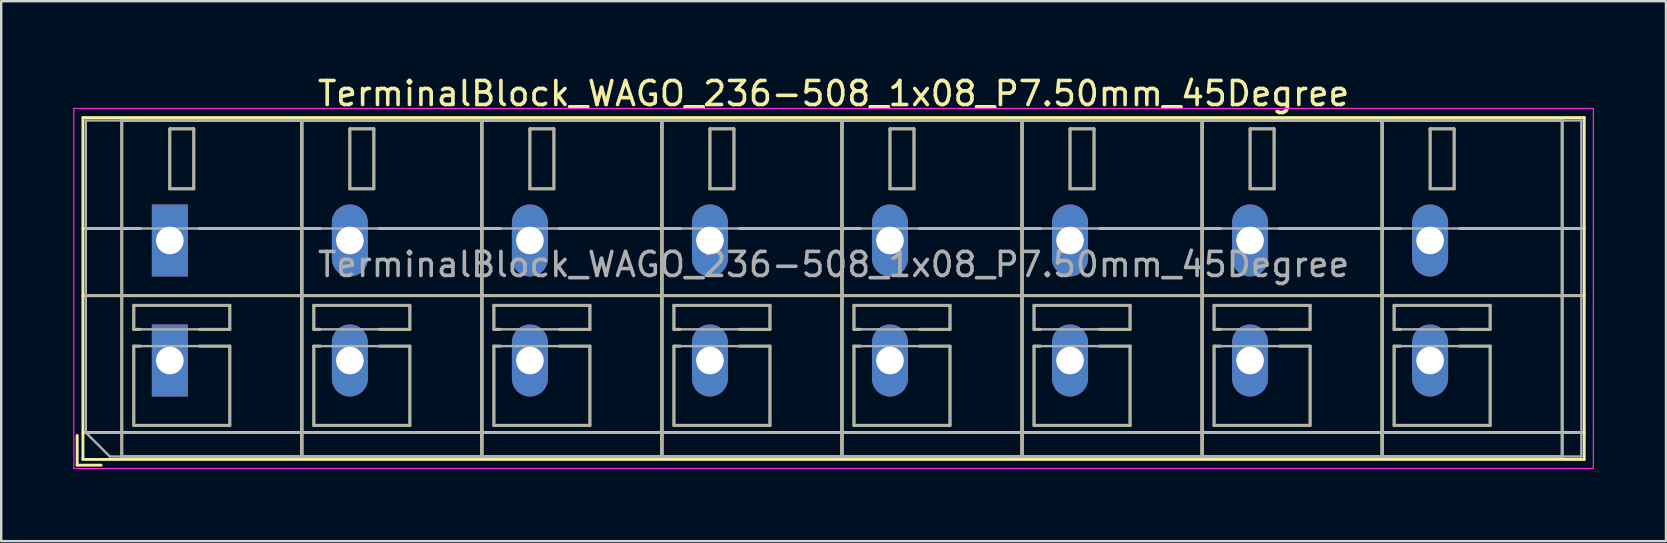
<source format=kicad_pcb>
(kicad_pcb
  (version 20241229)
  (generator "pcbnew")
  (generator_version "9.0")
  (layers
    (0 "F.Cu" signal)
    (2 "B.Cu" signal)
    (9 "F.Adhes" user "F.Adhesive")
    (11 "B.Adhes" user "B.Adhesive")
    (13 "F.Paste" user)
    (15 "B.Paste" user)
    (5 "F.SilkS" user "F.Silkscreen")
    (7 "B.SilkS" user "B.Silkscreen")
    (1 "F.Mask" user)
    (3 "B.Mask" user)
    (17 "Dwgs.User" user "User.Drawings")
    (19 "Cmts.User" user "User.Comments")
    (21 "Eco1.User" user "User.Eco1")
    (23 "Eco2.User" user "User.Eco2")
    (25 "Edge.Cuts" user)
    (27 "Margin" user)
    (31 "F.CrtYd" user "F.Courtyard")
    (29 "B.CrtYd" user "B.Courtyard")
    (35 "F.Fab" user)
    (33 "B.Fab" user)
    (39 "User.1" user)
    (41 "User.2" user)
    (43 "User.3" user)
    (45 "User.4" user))
  (footprint "TerminalBlock_WAGO_236-508_1x08_P7.50mm_45Degree"
    (layer "F.Cu")
    (at 4.025 6.968)
    (property "Reference" "TerminalBlock_WAGO_236-508_1x08_P7.50mm_45Degree" (at 27.65 -6.12 0) (layer "F.SilkS") (effects (font (size 1 1) (thickness 0.15))))
    (attr through_hole)
    (fp_line (start -3.86 8.12) (end -3.86 9.36) (stroke (width 0.12) (type solid)) (layer "F.SilkS"))
    (fp_line (start -3.86 9.36) (end -2.86 9.36) (stroke (width 0.12) (type solid)) (layer "F.SilkS"))
    (fp_line (start -3.62 -5.12) (end -3.62 9.12) (stroke (width 0.12) (type solid)) (layer "F.SilkS"))
    (fp_line (start -3.62 -5.12) (end 58.92 -5.12) (stroke (width 0.12) (type solid)) (layer "F.SilkS"))
    (fp_line (start -3.62 -0.5) (end -1.23 -0.5) (stroke (width 0.12) (type solid)) (layer "F.SilkS"))
    (fp_line (start -3.62 2.3) (end 58.92 2.3) (stroke (width 0.12) (type solid)) (layer "F.SilkS"))
    (fp_line (start -3.62 8) (end 58.92 8) (stroke (width 0.12) (type solid)) (layer "F.SilkS"))
    (fp_line (start -3.62 9.12) (end 58.92 9.12) (stroke (width 0.12) (type solid)) (layer "F.SilkS"))
    (fp_line (start -2 -5) (end -2 9) (stroke (width 0.12) (type solid)) (layer "F.SilkS"))
    (fp_line (start -2 -5) (end 5.5 -5) (stroke (width 0.12) (type solid)) (layer "F.SilkS"))
    (fp_line (start -2 9) (end 5.5 9) (stroke (width 0.12) (type solid)) (layer "F.SilkS"))
    (fp_line (start -1.5 2.7) (end -1.5 3.7) (stroke (width 0.12) (type solid)) (layer "F.SilkS"))
    (fp_line (start -1.5 2.7) (end 2.5 2.7) (stroke (width 0.12) (type solid)) (layer "F.SilkS"))
    (fp_line (start -1.5 3.7) (end -1.23 3.7) (stroke (width 0.12) (type solid)) (layer "F.SilkS"))
    (fp_line (start -1.5 4.4) (end -1.5 7.7) (stroke (width 0.12) (type solid)) (layer "F.SilkS"))
    (fp_line (start -1.5 4.4) (end -1.23 4.4) (stroke (width 0.12) (type solid)) (layer "F.SilkS"))
    (fp_line (start -1.5 7.7) (end 2.5 7.7) (stroke (width 0.12) (type solid)) (layer "F.SilkS"))
    (fp_line (start 0 -4.65) (end 0 -2.151) (stroke (width 0.12) (type solid)) (layer "F.SilkS"))
    (fp_line (start 0 -4.65) (end 1 -4.65) (stroke (width 0.12) (type solid)) (layer "F.SilkS"))
    (fp_line (start 0 -2.151) (end 1 -2.151) (stroke (width 0.12) (type solid)) (layer "F.SilkS"))
    (fp_line (start 1 -4.65) (end 1 -2.151) (stroke (width 0.12) (type solid)) (layer "F.SilkS"))
    (fp_line (start 1.23 -0.5) (end 6.27 -0.5) (stroke (width 0.12) (type solid)) (layer "F.SilkS"))
    (fp_line (start 1.23 3.7) (end 2.5 3.7) (stroke (width 0.12) (type solid)) (layer "F.SilkS"))
    (fp_line (start 1.23 4.4) (end 2.5 4.4) (stroke (width 0.12) (type solid)) (layer "F.SilkS"))
    (fp_line (start 2.5 2.7) (end 2.5 3.7) (stroke (width 0.12) (type solid)) (layer "F.SilkS"))
    (fp_line (start 2.5 4.4) (end 2.5 7.7) (stroke (width 0.12) (type solid)) (layer "F.SilkS"))
    (fp_line (start 5.5 -5) (end 5.5 9) (stroke (width 0.12) (type solid)) (layer "F.SilkS"))
    (fp_line (start 5.5 -5) (end 5.5 9) (stroke (width 0.12) (type solid)) (layer "F.SilkS"))
    (fp_line (start 5.5 -5) (end 13 -5) (stroke (width 0.12) (type solid)) (layer "F.SilkS"))
    (fp_line (start 5.5 9) (end 13 9) (stroke (width 0.12) (type solid)) (layer "F.SilkS"))
    (fp_line (start 6 2.7) (end 6 3.7) (stroke (width 0.12) (type solid)) (layer "F.SilkS"))
    (fp_line (start 6 2.7) (end 10 2.7) (stroke (width 0.12) (type solid)) (layer "F.SilkS"))
    (fp_line (start 6 3.7) (end 6.27 3.7) (stroke (width 0.12) (type solid)) (layer "F.SilkS"))
    (fp_line (start 6 4.4) (end 6 7.7) (stroke (width 0.12) (type solid)) (layer "F.SilkS"))
    (fp_line (start 6 4.4) (end 6.27 4.4) (stroke (width 0.12) (type solid)) (layer "F.SilkS"))
    (fp_line (start 6 7.7) (end 10 7.7) (stroke (width 0.12) (type solid)) (layer "F.SilkS"))
    (fp_line (start 7.5 -4.65) (end 7.5 -2.151) (stroke (width 0.12) (type solid)) (layer "F.SilkS"))
    (fp_line (start 7.5 -4.65) (end 8.5 -4.65) (stroke (width 0.12) (type solid)) (layer "F.SilkS"))
    (fp_line (start 7.5 -2.151) (end 8.5 -2.151) (stroke (width 0.12) (type solid)) (layer "F.SilkS"))
    (fp_line (start 8.5 -4.65) (end 8.5 -2.151) (stroke (width 0.12) (type solid)) (layer "F.SilkS"))
    (fp_line (start 8.73 -0.5) (end 13.77 -0.5) (stroke (width 0.12) (type solid)) (layer "F.SilkS"))
    (fp_line (start 8.73 3.7) (end 10 3.7) (stroke (width 0.12) (type solid)) (layer "F.SilkS"))
    (fp_line (start 8.73 4.4) (end 10 4.4) (stroke (width 0.12) (type solid)) (layer "F.SilkS"))
    (fp_line (start 10 2.7) (end 10 3.7) (stroke (width 0.12) (type solid)) (layer "F.SilkS"))
    (fp_line (start 10 4.4) (end 10 7.7) (stroke (width 0.12) (type solid)) (layer "F.SilkS"))
    (fp_line (start 13 -5) (end 13 9) (stroke (width 0.12) (type solid)) (layer "F.SilkS"))
    (fp_line (start 13 -5) (end 13 9) (stroke (width 0.12) (type solid)) (layer "F.SilkS"))
    (fp_line (start 13 -5) (end 20.5 -5) (stroke (width 0.12) (type solid)) (layer "F.SilkS"))
    (fp_line (start 13 9) (end 20.5 9) (stroke (width 0.12) (type solid)) (layer "F.SilkS"))
    (fp_line (start 13.5 2.7) (end 13.5 3.7) (stroke (width 0.12) (type solid)) (layer "F.SilkS"))
    (fp_line (start 13.5 2.7) (end 17.5 2.7) (stroke (width 0.12) (type solid)) (layer "F.SilkS"))
    (fp_line (start 13.5 3.7) (end 13.77 3.7) (stroke (width 0.12) (type solid)) (layer "F.SilkS"))
    (fp_line (start 13.5 4.4) (end 13.5 7.7) (stroke (width 0.12) (type solid)) (layer "F.SilkS"))
    (fp_line (start 13.5 4.4) (end 13.77 4.4) (stroke (width 0.12) (type solid)) (layer "F.SilkS"))
    (fp_line (start 13.5 7.7) (end 17.5 7.7) (stroke (width 0.12) (type solid)) (layer "F.SilkS"))
    (fp_line (start 15 -4.65) (end 15 -2.151) (stroke (width 0.12) (type solid)) (layer "F.SilkS"))
    (fp_line (start 15 -4.65) (end 16 -4.65) (stroke (width 0.12) (type solid)) (layer "F.SilkS"))
    (fp_line (start 15 -2.151) (end 16 -2.151) (stroke (width 0.12) (type solid)) (layer "F.SilkS"))
    (fp_line (start 16 -4.65) (end 16 -2.151) (stroke (width 0.12) (type solid)) (layer "F.SilkS"))
    (fp_line (start 16.23 -0.5) (end 21.27 -0.5) (stroke (width 0.12) (type solid)) (layer "F.SilkS"))
    (fp_line (start 16.23 3.7) (end 17.5 3.7) (stroke (width 0.12) (type solid)) (layer "F.SilkS"))
    (fp_line (start 16.23 4.4) (end 17.5 4.4) (stroke (width 0.12) (type solid)) (layer "F.SilkS"))
    (fp_line (start 17.5 2.7) (end 17.5 3.7) (stroke (width 0.12) (type solid)) (layer "F.SilkS"))
    (fp_line (start 17.5 4.4) (end 17.5 7.7) (stroke (width 0.12) (type solid)) (layer "F.SilkS"))
    (fp_line (start 20.5 -5) (end 20.5 9) (stroke (width 0.12) (type solid)) (layer "F.SilkS"))
    (fp_line (start 20.5 -5) (end 20.5 9) (stroke (width 0.12) (type solid)) (layer "F.SilkS"))
    (fp_line (start 20.5 -5) (end 28 -5) (stroke (width 0.12) (type solid)) (layer "F.SilkS"))
    (fp_line (start 20.5 9) (end 28 9) (stroke (width 0.12) (type solid)) (layer "F.SilkS"))
    (fp_line (start 21 2.7) (end 21 3.7) (stroke (width 0.12) (type solid)) (layer "F.SilkS"))
    (fp_line (start 21 2.7) (end 25 2.7) (stroke (width 0.12) (type solid)) (layer "F.SilkS"))
    (fp_line (start 21 3.7) (end 21.27 3.7) (stroke (width 0.12) (type solid)) (layer "F.SilkS"))
    (fp_line (start 21 4.4) (end 21 7.7) (stroke (width 0.12) (type solid)) (layer "F.SilkS"))
    (fp_line (start 21 4.4) (end 21.27 4.4) (stroke (width 0.12) (type solid)) (layer "F.SilkS"))
    (fp_line (start 21 7.7) (end 25 7.7) (stroke (width 0.12) (type solid)) (layer "F.SilkS"))
    (fp_line (start 22.5 -4.65) (end 22.5 -2.151) (stroke (width 0.12) (type solid)) (layer "F.SilkS"))
    (fp_line (start 22.5 -4.65) (end 23.5 -4.65) (stroke (width 0.12) (type solid)) (layer "F.SilkS"))
    (fp_line (start 22.5 -2.151) (end 23.5 -2.151) (stroke (width 0.12) (type solid)) (layer "F.SilkS"))
    (fp_line (start 23.5 -4.65) (end 23.5 -2.151) (stroke (width 0.12) (type solid)) (layer "F.SilkS"))
    (fp_line (start 23.73 -0.5) (end 28.77 -0.5) (stroke (width 0.12) (type solid)) (layer "F.SilkS"))
    (fp_line (start 23.73 3.7) (end 25 3.7) (stroke (width 0.12) (type solid)) (layer "F.SilkS"))
    (fp_line (start 23.73 4.4) (end 25 4.4) (stroke (width 0.12) (type solid)) (layer "F.SilkS"))
    (fp_line (start 25 2.7) (end 25 3.7) (stroke (width 0.12) (type solid)) (layer "F.SilkS"))
    (fp_line (start 25 4.4) (end 25 7.7) (stroke (width 0.12) (type solid)) (layer "F.SilkS"))
    (fp_line (start 28 -5) (end 28 9) (stroke (width 0.12) (type solid)) (layer "F.SilkS"))
    (fp_line (start 28 -5) (end 28 9) (stroke (width 0.12) (type solid)) (layer "F.SilkS"))
    (fp_line (start 28 -5) (end 35.5 -5) (stroke (width 0.12) (type solid)) (layer "F.SilkS"))
    (fp_line (start 28 9) (end 35.5 9) (stroke (width 0.12) (type solid)) (layer "F.SilkS"))
    (fp_line (start 28.5 2.7) (end 28.5 3.7) (stroke (width 0.12) (type solid)) (layer "F.SilkS"))
    (fp_line (start 28.5 2.7) (end 32.5 2.7) (stroke (width 0.12) (type solid)) (layer "F.SilkS"))
    (fp_line (start 28.5 3.7) (end 28.77 3.7) (stroke (width 0.12) (type solid)) (layer "F.SilkS"))
    (fp_line (start 28.5 4.4) (end 28.5 7.7) (stroke (width 0.12) (type solid)) (layer "F.SilkS"))
    (fp_line (start 28.5 4.4) (end 28.77 4.4) (stroke (width 0.12) (type solid)) (layer "F.SilkS"))
    (fp_line (start 28.5 7.7) (end 32.5 7.7) (stroke (width 0.12) (type solid)) (layer "F.SilkS"))
    (fp_line (start 30 -4.65) (end 30 -2.151) (stroke (width 0.12) (type solid)) (layer "F.SilkS"))
    (fp_line (start 30 -4.65) (end 31 -4.65) (stroke (width 0.12) (type solid)) (layer "F.SilkS"))
    (fp_line (start 30 -2.151) (end 31 -2.151) (stroke (width 0.12) (type solid)) (layer "F.SilkS"))
    (fp_line (start 31 -4.65) (end 31 -2.151) (stroke (width 0.12) (type solid)) (layer "F.SilkS"))
    (fp_line (start 31.23 -0.5) (end 36.27 -0.5) (stroke (width 0.12) (type solid)) (layer "F.SilkS"))
    (fp_line (start 31.23 3.7) (end 32.5 3.7) (stroke (width 0.12) (type solid)) (layer "F.SilkS"))
    (fp_line (start 31.23 4.4) (end 32.5 4.4) (stroke (width 0.12) (type solid)) (layer "F.SilkS"))
    (fp_line (start 32.5 2.7) (end 32.5 3.7) (stroke (width 0.12) (type solid)) (layer "F.SilkS"))
    (fp_line (start 32.5 4.4) (end 32.5 7.7) (stroke (width 0.12) (type solid)) (layer "F.SilkS"))
    (fp_line (start 35.5 -5) (end 35.5 9) (stroke (width 0.12) (type solid)) (layer "F.SilkS"))
    (fp_line (start 35.5 -5) (end 35.5 9) (stroke (width 0.12) (type solid)) (layer "F.SilkS"))
    (fp_line (start 35.5 -5) (end 43 -5) (stroke (width 0.12) (type solid)) (layer "F.SilkS"))
    (fp_line (start 35.5 9) (end 43 9) (stroke (width 0.12) (type solid)) (layer "F.SilkS"))
    (fp_line (start 36 2.7) (end 36 3.7) (stroke (width 0.12) (type solid)) (layer "F.SilkS"))
    (fp_line (start 36 2.7) (end 40 2.7) (stroke (width 0.12) (type solid)) (layer "F.SilkS"))
    (fp_line (start 36 3.7) (end 36.27 3.7) (stroke (width 0.12) (type solid)) (layer "F.SilkS"))
    (fp_line (start 36 4.4) (end 36 7.7) (stroke (width 0.12) (type solid)) (layer "F.SilkS"))
    (fp_line (start 36 4.4) (end 36.27 4.4) (stroke (width 0.12) (type solid)) (layer "F.SilkS"))
    (fp_line (start 36 7.7) (end 40 7.7) (stroke (width 0.12) (type solid)) (layer "F.SilkS"))
    (fp_line (start 37.5 -4.65) (end 37.5 -2.151) (stroke (width 0.12) (type solid)) (layer "F.SilkS"))
    (fp_line (start 37.5 -4.65) (end 38.5 -4.65) (stroke (width 0.12) (type solid)) (layer "F.SilkS"))
    (fp_line (start 37.5 -2.151) (end 38.5 -2.151) (stroke (width 0.12) (type solid)) (layer "F.SilkS"))
    (fp_line (start 38.5 -4.65) (end 38.5 -2.151) (stroke (width 0.12) (type solid)) (layer "F.SilkS"))
    (fp_line (start 38.73 -0.5) (end 43.77 -0.5) (stroke (width 0.12) (type solid)) (layer "F.SilkS"))
    (fp_line (start 38.73 3.7) (end 40 3.7) (stroke (width 0.12) (type solid)) (layer "F.SilkS"))
    (fp_line (start 38.73 4.4) (end 40 4.4) (stroke (width 0.12) (type solid)) (layer "F.SilkS"))
    (fp_line (start 40 2.7) (end 40 3.7) (stroke (width 0.12) (type solid)) (layer "F.SilkS"))
    (fp_line (start 40 4.4) (end 40 7.7) (stroke (width 0.12) (type solid)) (layer "F.SilkS"))
    (fp_line (start 43 -5) (end 43 9) (stroke (width 0.12) (type solid)) (layer "F.SilkS"))
    (fp_line (start 43 -5) (end 43 9) (stroke (width 0.12) (type solid)) (layer "F.SilkS"))
    (fp_line (start 43 -5) (end 50.5 -5) (stroke (width 0.12) (type solid)) (layer "F.SilkS"))
    (fp_line (start 43 9) (end 50.5 9) (stroke (width 0.12) (type solid)) (layer "F.SilkS"))
    (fp_line (start 43.5 2.7) (end 43.5 3.7) (stroke (width 0.12) (type solid)) (layer "F.SilkS"))
    (fp_line (start 43.5 2.7) (end 47.5 2.7) (stroke (width 0.12) (type solid)) (layer "F.SilkS"))
    (fp_line (start 43.5 3.7) (end 43.77 3.7) (stroke (width 0.12) (type solid)) (layer "F.SilkS"))
    (fp_line (start 43.5 4.4) (end 43.5 7.7) (stroke (width 0.12) (type solid)) (layer "F.SilkS"))
    (fp_line (start 43.5 4.4) (end 43.77 4.4) (stroke (width 0.12) (type solid)) (layer "F.SilkS"))
    (fp_line (start 43.5 7.7) (end 47.5 7.7) (stroke (width 0.12) (type solid)) (layer "F.SilkS"))
    (fp_line (start 45 -4.65) (end 45 -2.151) (stroke (width 0.12) (type solid)) (layer "F.SilkS"))
    (fp_line (start 45 -4.65) (end 46 -4.65) (stroke (width 0.12) (type solid)) (layer "F.SilkS"))
    (fp_line (start 45 -2.151) (end 46 -2.151) (stroke (width 0.12) (type solid)) (layer "F.SilkS"))
    (fp_line (start 46 -4.65) (end 46 -2.151) (stroke (width 0.12) (type solid)) (layer "F.SilkS"))
    (fp_line (start 46.23 -0.5) (end 51.27 -0.5) (stroke (width 0.12) (type solid)) (layer "F.SilkS"))
    (fp_line (start 46.23 3.7) (end 47.5 3.7) (stroke (width 0.12) (type solid)) (layer "F.SilkS"))
    (fp_line (start 46.23 4.4) (end 47.5 4.4) (stroke (width 0.12) (type solid)) (layer "F.SilkS"))
    (fp_line (start 47.5 2.7) (end 47.5 3.7) (stroke (width 0.12) (type solid)) (layer "F.SilkS"))
    (fp_line (start 47.5 4.4) (end 47.5 7.7) (stroke (width 0.12) (type solid)) (layer "F.SilkS"))
    (fp_line (start 50.5 -5) (end 50.5 9) (stroke (width 0.12) (type solid)) (layer "F.SilkS"))
    (fp_line (start 50.5 -5) (end 50.5 9) (stroke (width 0.12) (type solid)) (layer "F.SilkS"))
    (fp_line (start 50.5 -5) (end 58 -5) (stroke (width 0.12) (type solid)) (layer "F.SilkS"))
    (fp_line (start 50.5 9) (end 58 9) (stroke (width 0.12) (type solid)) (layer "F.SilkS"))
    (fp_line (start 51 2.7) (end 51 3.7) (stroke (width 0.12) (type solid)) (layer "F.SilkS"))
    (fp_line (start 51 2.7) (end 55 2.7) (stroke (width 0.12) (type solid)) (layer "F.SilkS"))
    (fp_line (start 51 3.7) (end 51.27 3.7) (stroke (width 0.12) (type solid)) (layer "F.SilkS"))
    (fp_line (start 51 4.4) (end 51 7.7) (stroke (width 0.12) (type solid)) (layer "F.SilkS"))
    (fp_line (start 51 4.4) (end 51.27 4.4) (stroke (width 0.12) (type solid)) (layer "F.SilkS"))
    (fp_line (start 51 7.7) (end 55 7.7) (stroke (width 0.12) (type solid)) (layer "F.SilkS"))
    (fp_line (start 52.5 -4.65) (end 52.5 -2.151) (stroke (width 0.12) (type solid)) (layer "F.SilkS"))
    (fp_line (start 52.5 -4.65) (end 53.5 -4.65) (stroke (width 0.12) (type solid)) (layer "F.SilkS"))
    (fp_line (start 52.5 -2.151) (end 53.5 -2.151) (stroke (width 0.12) (type solid)) (layer "F.SilkS"))
    (fp_line (start 53.5 -4.65) (end 53.5 -2.151) (stroke (width 0.12) (type solid)) (layer "F.SilkS"))
    (fp_line (start 53.73 -0.5) (end 58.92 -0.5) (stroke (width 0.12) (type solid)) (layer "F.SilkS"))
    (fp_line (start 53.73 3.7) (end 55 3.7) (stroke (width 0.12) (type solid)) (layer "F.SilkS"))
    (fp_line (start 53.73 4.4) (end 55 4.4) (stroke (width 0.12) (type solid)) (layer "F.SilkS"))
    (fp_line (start 55 2.7) (end 55 3.7) (stroke (width 0.12) (type solid)) (layer "F.SilkS"))
    (fp_line (start 55 4.4) (end 55 7.7) (stroke (width 0.12) (type solid)) (layer "F.SilkS"))
    (fp_line (start 58 -5) (end 58 9) (stroke (width 0.12) (type solid)) (layer "F.SilkS"))
    (fp_line (start 58.92 -5.12) (end 58.92 9.12) (stroke (width 0.12) (type solid)) (layer "F.SilkS"))
    (fp_line (start -4 -5.5) (end -4 9.5) (stroke (width 0.05) (type solid)) (layer "F.CrtYd"))
    (fp_line (start -4 9.5) (end 59.3 9.5) (stroke (width 0.05) (type solid)) (layer "F.CrtYd"))
    (fp_line (start 59.3 -5.5) (end -4 -5.5) (stroke (width 0.05) (type solid)) (layer "F.CrtYd"))
    (fp_line (start 59.3 9.5) (end 59.3 -5.5) (stroke (width 0.05) (type solid)) (layer "F.CrtYd"))
    (fp_line (start -3.5 -5) (end 58.8 -5) (stroke (width 0.1) (type solid)) (layer "F.Fab"))
    (fp_line (start -3.5 -0.5) (end 58.8 -0.5) (stroke (width 0.1) (type solid)) (layer "F.Fab"))
    (fp_line (start -3.5 2.3) (end 58.8 2.3) (stroke (width 0.1) (type solid)) (layer "F.Fab"))
    (fp_line (start -3.5 8) (end -3.5 -5) (stroke (width 0.1) (type solid)) (layer "F.Fab"))
    (fp_line (start -3.5 8) (end 58.8 8) (stroke (width 0.1) (type solid)) (layer "F.Fab"))
    (fp_line (start -2.5 9) (end -3.5 8) (stroke (width 0.1) (type solid)) (layer "F.Fab"))
    (fp_line (start -2 -5) (end -2 9) (stroke (width 0.1) (type solid)) (layer "F.Fab"))
    (fp_line (start -2 9) (end 5.5 9) (stroke (width 0.1) (type solid)) (layer "F.Fab"))
    (fp_line (start -1.5 2.7) (end -1.5 3.7) (stroke (width 0.1) (type solid)) (layer "F.Fab"))
    (fp_line (start -1.5 3.7) (end 2.5 3.7) (stroke (width 0.1) (type solid)) (layer "F.Fab"))
    (fp_line (start -1.5 4.4) (end -1.5 7.7) (stroke (width 0.1) (type solid)) (layer "F.Fab"))
    (fp_line (start -1.5 7.7) (end 2.5 7.7) (stroke (width 0.1) (type solid)) (layer "F.Fab"))
    (fp_line (start 0 -4.65) (end 0 -2.15) (stroke (width 0.1) (type solid)) (layer "F.Fab"))
    (fp_line (start 0 -2.15) (end 1 -2.15) (stroke (width 0.1) (type solid)) (layer "F.Fab"))
    (fp_line (start 1 -4.65) (end 0 -4.65) (stroke (width 0.1) (type solid)) (layer "F.Fab"))
    (fp_line (start 1 -2.15) (end 1 -4.65) (stroke (width 0.1) (type solid)) (layer "F.Fab"))
    (fp_line (start 2.5 2.7) (end -1.5 2.7) (stroke (width 0.1) (type solid)) (layer "F.Fab"))
    (fp_line (start 2.5 3.7) (end 2.5 2.7) (stroke (width 0.1) (type solid)) (layer "F.Fab"))
    (fp_line (start 2.5 4.4) (end -1.5 4.4) (stroke (width 0.1) (type solid)) (layer "F.Fab"))
    (fp_line (start 2.5 7.7) (end 2.5 4.4) (stroke (width 0.1) (type solid)) (layer "F.Fab"))
    (fp_line (start 5.5 -5) (end -2 -5) (stroke (width 0.1) (type solid)) (layer "F.Fab"))
    (fp_line (start 5.5 -5) (end 5.5 9) (stroke (width 0.1) (type solid)) (layer "F.Fab"))
    (fp_line (start 5.5 9) (end 5.5 -5) (stroke (width 0.1) (type solid)) (layer "F.Fab"))
    (fp_line (start 5.5 9) (end 13 9) (stroke (width 0.1) (type solid)) (layer "F.Fab"))
    (fp_line (start 6 2.7) (end 6 3.7) (stroke (width 0.1) (type solid)) (layer "F.Fab"))
    (fp_line (start 6 3.7) (end 10 3.7) (stroke (width 0.1) (type solid)) (layer "F.Fab"))
    (fp_line (start 6 4.4) (end 6 7.7) (stroke (width 0.1) (type solid)) (layer "F.Fab"))
    (fp_line (start 6 7.7) (end 10 7.7) (stroke (width 0.1) (type solid)) (layer "F.Fab"))
    (fp_line (start 7.5 -4.65) (end 7.5 -2.15) (stroke (width 0.1) (type solid)) (layer "F.Fab"))
    (fp_line (start 7.5 -2.15) (end 8.5 -2.15) (stroke (width 0.1) (type solid)) (layer "F.Fab"))
    (fp_line (start 8.5 -4.65) (end 7.5 -4.65) (stroke (width 0.1) (type solid)) (layer "F.Fab"))
    (fp_line (start 8.5 -2.15) (end 8.5 -4.65) (stroke (width 0.1) (type solid)) (layer "F.Fab"))
    (fp_line (start 10 2.7) (end 6 2.7) (stroke (width 0.1) (type solid)) (layer "F.Fab"))
    (fp_line (start 10 3.7) (end 10 2.7) (stroke (width 0.1) (type solid)) (layer "F.Fab"))
    (fp_line (start 10 4.4) (end 6 4.4) (stroke (width 0.1) (type solid)) (layer "F.Fab"))
    (fp_line (start 10 7.7) (end 10 4.4) (stroke (width 0.1) (type solid)) (layer "F.Fab"))
    (fp_line (start 13 -5) (end 5.5 -5) (stroke (width 0.1) (type solid)) (layer "F.Fab"))
    (fp_line (start 13 -5) (end 13 9) (stroke (width 0.1) (type solid)) (layer "F.Fab"))
    (fp_line (start 13 9) (end 13 -5) (stroke (width 0.1) (type solid)) (layer "F.Fab"))
    (fp_line (start 13 9) (end 20.5 9) (stroke (width 0.1) (type solid)) (layer "F.Fab"))
    (fp_line (start 13.5 2.7) (end 13.5 3.7) (stroke (width 0.1) (type solid)) (layer "F.Fab"))
    (fp_line (start 13.5 3.7) (end 17.5 3.7) (stroke (width 0.1) (type solid)) (layer "F.Fab"))
    (fp_line (start 13.5 4.4) (end 13.5 7.7) (stroke (width 0.1) (type solid)) (layer "F.Fab"))
    (fp_line (start 13.5 7.7) (end 17.5 7.7) (stroke (width 0.1) (type solid)) (layer "F.Fab"))
    (fp_line (start 15 -4.65) (end 15 -2.15) (stroke (width 0.1) (type solid)) (layer "F.Fab"))
    (fp_line (start 15 -2.15) (end 16 -2.15) (stroke (width 0.1) (type solid)) (layer "F.Fab"))
    (fp_line (start 16 -4.65) (end 15 -4.65) (stroke (width 0.1) (type solid)) (layer "F.Fab"))
    (fp_line (start 16 -2.15) (end 16 -4.65) (stroke (width 0.1) (type solid)) (layer "F.Fab"))
    (fp_line (start 17.5 2.7) (end 13.5 2.7) (stroke (width 0.1) (type solid)) (layer "F.Fab"))
    (fp_line (start 17.5 3.7) (end 17.5 2.7) (stroke (width 0.1) (type solid)) (layer "F.Fab"))
    (fp_line (start 17.5 4.4) (end 13.5 4.4) (stroke (width 0.1) (type solid)) (layer "F.Fab"))
    (fp_line (start 17.5 7.7) (end 17.5 4.4) (stroke (width 0.1) (type solid)) (layer "F.Fab"))
    (fp_line (start 20.5 -5) (end 13 -5) (stroke (width 0.1) (type solid)) (layer "F.Fab"))
    (fp_line (start 20.5 -5) (end 20.5 9) (stroke (width 0.1) (type solid)) (layer "F.Fab"))
    (fp_line (start 20.5 9) (end 20.5 -5) (stroke (width 0.1) (type solid)) (layer "F.Fab"))
    (fp_line (start 20.5 9) (end 28 9) (stroke (width 0.1) (type solid)) (layer "F.Fab"))
    (fp_line (start 21 2.7) (end 21 3.7) (stroke (width 0.1) (type solid)) (layer "F.Fab"))
    (fp_line (start 21 3.7) (end 25 3.7) (stroke (width 0.1) (type solid)) (layer "F.Fab"))
    (fp_line (start 21 4.4) (end 21 7.7) (stroke (width 0.1) (type solid)) (layer "F.Fab"))
    (fp_line (start 21 7.7) (end 25 7.7) (stroke (width 0.1) (type solid)) (layer "F.Fab"))
    (fp_line (start 22.5 -4.65) (end 22.5 -2.15) (stroke (width 0.1) (type solid)) (layer "F.Fab"))
    (fp_line (start 22.5 -2.15) (end 23.5 -2.15) (stroke (width 0.1) (type solid)) (layer "F.Fab"))
    (fp_line (start 23.5 -4.65) (end 22.5 -4.65) (stroke (width 0.1) (type solid)) (layer "F.Fab"))
    (fp_line (start 23.5 -2.15) (end 23.5 -4.65) (stroke (width 0.1) (type solid)) (layer "F.Fab"))
    (fp_line (start 25 2.7) (end 21 2.7) (stroke (width 0.1) (type solid)) (layer "F.Fab"))
    (fp_line (start 25 3.7) (end 25 2.7) (stroke (width 0.1) (type solid)) (layer "F.Fab"))
    (fp_line (start 25 4.4) (end 21 4.4) (stroke (width 0.1) (type solid)) (layer "F.Fab"))
    (fp_line (start 25 7.7) (end 25 4.4) (stroke (width 0.1) (type solid)) (layer "F.Fab"))
    (fp_line (start 28 -5) (end 20.5 -5) (stroke (width 0.1) (type solid)) (layer "F.Fab"))
    (fp_line (start 28 -5) (end 28 9) (stroke (width 0.1) (type solid)) (layer "F.Fab"))
    (fp_line (start 28 9) (end 28 -5) (stroke (width 0.1) (type solid)) (layer "F.Fab"))
    (fp_line (start 28 9) (end 35.5 9) (stroke (width 0.1) (type solid)) (layer "F.Fab"))
    (fp_line (start 28.5 2.7) (end 28.5 3.7) (stroke (width 0.1) (type solid)) (layer "F.Fab"))
    (fp_line (start 28.5 3.7) (end 32.5 3.7) (stroke (width 0.1) (type solid)) (layer "F.Fab"))
    (fp_line (start 28.5 4.4) (end 28.5 7.7) (stroke (width 0.1) (type solid)) (layer "F.Fab"))
    (fp_line (start 28.5 7.7) (end 32.5 7.7) (stroke (width 0.1) (type solid)) (layer "F.Fab"))
    (fp_line (start 30 -4.65) (end 30 -2.15) (stroke (width 0.1) (type solid)) (layer "F.Fab"))
    (fp_line (start 30 -2.15) (end 31 -2.15) (stroke (width 0.1) (type solid)) (layer "F.Fab"))
    (fp_line (start 31 -4.65) (end 30 -4.65) (stroke (width 0.1) (type solid)) (layer "F.Fab"))
    (fp_line (start 31 -2.15) (end 31 -4.65) (stroke (width 0.1) (type solid)) (layer "F.Fab"))
    (fp_line (start 32.5 2.7) (end 28.5 2.7) (stroke (width 0.1) (type solid)) (layer "F.Fab"))
    (fp_line (start 32.5 3.7) (end 32.5 2.7) (stroke (width 0.1) (type solid)) (layer "F.Fab"))
    (fp_line (start 32.5 4.4) (end 28.5 4.4) (stroke (width 0.1) (type solid)) (layer "F.Fab"))
    (fp_line (start 32.5 7.7) (end 32.5 4.4) (stroke (width 0.1) (type solid)) (layer "F.Fab"))
    (fp_line (start 35.5 -5) (end 28 -5) (stroke (width 0.1) (type solid)) (layer "F.Fab"))
    (fp_line (start 35.5 -5) (end 35.5 9) (stroke (width 0.1) (type solid)) (layer "F.Fab"))
    (fp_line (start 35.5 9) (end 35.5 -5) (stroke (width 0.1) (type solid)) (layer "F.Fab"))
    (fp_line (start 35.5 9) (end 43 9) (stroke (width 0.1) (type solid)) (layer "F.Fab"))
    (fp_line (start 36 2.7) (end 36 3.7) (stroke (width 0.1) (type solid)) (layer "F.Fab"))
    (fp_line (start 36 3.7) (end 40 3.7) (stroke (width 0.1) (type solid)) (layer "F.Fab"))
    (fp_line (start 36 4.4) (end 36 7.7) (stroke (width 0.1) (type solid)) (layer "F.Fab"))
    (fp_line (start 36 7.7) (end 40 7.7) (stroke (width 0.1) (type solid)) (layer "F.Fab"))
    (fp_line (start 37.5 -4.65) (end 37.5 -2.15) (stroke (width 0.1) (type solid)) (layer "F.Fab"))
    (fp_line (start 37.5 -2.15) (end 38.5 -2.15) (stroke (width 0.1) (type solid)) (layer "F.Fab"))
    (fp_line (start 38.5 -4.65) (end 37.5 -4.65) (stroke (width 0.1) (type solid)) (layer "F.Fab"))
    (fp_line (start 38.5 -2.15) (end 38.5 -4.65) (stroke (width 0.1) (type solid)) (layer "F.Fab"))
    (fp_line (start 40 2.7) (end 36 2.7) (stroke (width 0.1) (type solid)) (layer "F.Fab"))
    (fp_line (start 40 3.7) (end 40 2.7) (stroke (width 0.1) (type solid)) (layer "F.Fab"))
    (fp_line (start 40 4.4) (end 36 4.4) (stroke (width 0.1) (type solid)) (layer "F.Fab"))
    (fp_line (start 40 7.7) (end 40 4.4) (stroke (width 0.1) (type solid)) (layer "F.Fab"))
    (fp_line (start 43 -5) (end 35.5 -5) (stroke (width 0.1) (type solid)) (layer "F.Fab"))
    (fp_line (start 43 -5) (end 43 9) (stroke (width 0.1) (type solid)) (layer "F.Fab"))
    (fp_line (start 43 9) (end 43 -5) (stroke (width 0.1) (type solid)) (layer "F.Fab"))
    (fp_line (start 43 9) (end 50.5 9) (stroke (width 0.1) (type solid)) (layer "F.Fab"))
    (fp_line (start 43.5 2.7) (end 43.5 3.7) (stroke (width 0.1) (type solid)) (layer "F.Fab"))
    (fp_line (start 43.5 3.7) (end 47.5 3.7) (stroke (width 0.1) (type solid)) (layer "F.Fab"))
    (fp_line (start 43.5 4.4) (end 43.5 7.7) (stroke (width 0.1) (type solid)) (layer "F.Fab"))
    (fp_line (start 43.5 7.7) (end 47.5 7.7) (stroke (width 0.1) (type solid)) (layer "F.Fab"))
    (fp_line (start 45 -4.65) (end 45 -2.15) (stroke (width 0.1) (type solid)) (layer "F.Fab"))
    (fp_line (start 45 -2.15) (end 46 -2.15) (stroke (width 0.1) (type solid)) (layer "F.Fab"))
    (fp_line (start 46 -4.65) (end 45 -4.65) (stroke (width 0.1) (type solid)) (layer "F.Fab"))
    (fp_line (start 46 -2.15) (end 46 -4.65) (stroke (width 0.1) (type solid)) (layer "F.Fab"))
    (fp_line (start 47.5 2.7) (end 43.5 2.7) (stroke (width 0.1) (type solid)) (layer "F.Fab"))
    (fp_line (start 47.5 3.7) (end 47.5 2.7) (stroke (width 0.1) (type solid)) (layer "F.Fab"))
    (fp_line (start 47.5 4.4) (end 43.5 4.4) (stroke (width 0.1) (type solid)) (layer "F.Fab"))
    (fp_line (start 47.5 7.7) (end 47.5 4.4) (stroke (width 0.1) (type solid)) (layer "F.Fab"))
    (fp_line (start 50.5 -5) (end 43 -5) (stroke (width 0.1) (type solid)) (layer "F.Fab"))
    (fp_line (start 50.5 -5) (end 50.5 9) (stroke (width 0.1) (type solid)) (layer "F.Fab"))
    (fp_line (start 50.5 9) (end 50.5 -5) (stroke (width 0.1) (type solid)) (layer "F.Fab"))
    (fp_line (start 50.5 9) (end 58 9) (stroke (width 0.1) (type solid)) (layer "F.Fab"))
    (fp_line (start 51 2.7) (end 51 3.7) (stroke (width 0.1) (type solid)) (layer "F.Fab"))
    (fp_line (start 51 3.7) (end 55 3.7) (stroke (width 0.1) (type solid)) (layer "F.Fab"))
    (fp_line (start 51 4.4) (end 51 7.7) (stroke (width 0.1) (type solid)) (layer "F.Fab"))
    (fp_line (start 51 7.7) (end 55 7.7) (stroke (width 0.1) (type solid)) (layer "F.Fab"))
    (fp_line (start 52.5 -4.65) (end 52.5 -2.15) (stroke (width 0.1) (type solid)) (layer "F.Fab"))
    (fp_line (start 52.5 -2.15) (end 53.5 -2.15) (stroke (width 0.1) (type solid)) (layer "F.Fab"))
    (fp_line (start 53.5 -4.65) (end 52.5 -4.65) (stroke (width 0.1) (type solid)) (layer "F.Fab"))
    (fp_line (start 53.5 -2.15) (end 53.5 -4.65) (stroke (width 0.1) (type solid)) (layer "F.Fab"))
    (fp_line (start 55 2.7) (end 51 2.7) (stroke (width 0.1) (type solid)) (layer "F.Fab"))
    (fp_line (start 55 3.7) (end 55 2.7) (stroke (width 0.1) (type solid)) (layer "F.Fab"))
    (fp_line (start 55 4.4) (end 51 4.4) (stroke (width 0.1) (type solid)) (layer "F.Fab"))
    (fp_line (start 55 7.7) (end 55 4.4) (stroke (width 0.1) (type solid)) (layer "F.Fab"))
    (fp_line (start 58 -5) (end 50.5 -5) (stroke (width 0.1) (type solid)) (layer "F.Fab"))
    (fp_line (start 58 9) (end 58 -5) (stroke (width 0.1) (type solid)) (layer "F.Fab"))
    (fp_line (start 58.8 -5) (end 58.8 9) (stroke (width 0.1) (type solid)) (layer "F.Fab"))
    (fp_line (start 58.8 9) (end -2.5 9) (stroke (width 0.1) (type solid)) (layer "F.Fab"))
    (fp_text user "${REFERENCE}" (at 27.65 1 0) (layer "F.Fab") (effects (font (size 1 1) (thickness 0.15))))
    (pad "1" thru_hole rect (at 0 0) (size 1.5 3) (drill 1.15) (layers "*.Cu" "*.Mask"))
    (pad "1" thru_hole rect (at 0 5) (size 1.5 3) (drill 1.15) (layers "*.Cu" "*.Mask"))
    (pad "2" thru_hole oval (at 7.5 0) (size 1.5 3) (drill 1.15) (layers "*.Cu" "*.Mask"))
    (pad "2" thru_hole oval (at 7.5 5) (size 1.5 3) (drill 1.15) (layers "*.Cu" "*.Mask"))
    (pad "3" thru_hole oval (at 15 0) (size 1.5 3) (drill 1.15) (layers "*.Cu" "*.Mask"))
    (pad "3" thru_hole oval (at 15 5) (size 1.5 3) (drill 1.15) (layers "*.Cu" "*.Mask"))
    (pad "4" thru_hole oval (at 22.5 0) (size 1.5 3) (drill 1.15) (layers "*.Cu" "*.Mask"))
    (pad "4" thru_hole oval (at 22.5 5) (size 1.5 3) (drill 1.15) (layers "*.Cu" "*.Mask"))
    (pad "5" thru_hole oval (at 30 0) (size 1.5 3) (drill 1.15) (layers "*.Cu" "*.Mask"))
    (pad "5" thru_hole oval (at 30 5) (size 1.5 3) (drill 1.15) (layers "*.Cu" "*.Mask"))
    (pad "6" thru_hole oval (at 37.5 0) (size 1.5 3) (drill 1.15) (layers "*.Cu" "*.Mask"))
    (pad "6" thru_hole oval (at 37.5 5) (size 1.5 3) (drill 1.15) (layers "*.Cu" "*.Mask"))
    (pad "7" thru_hole oval (at 45 0) (size 1.5 3) (drill 1.15) (layers "*.Cu" "*.Mask"))
    (pad "7" thru_hole oval (at 45 5) (size 1.5 3) (drill 1.15) (layers "*.Cu" "*.Mask"))
    (pad "8" thru_hole oval (at 52.5 0) (size 1.5 3) (drill 1.15) (layers "*.Cu" "*.Mask"))
    (pad "8" thru_hole oval (at 52.5 5) (size 1.5 3) (drill 1.15) (layers "*.Cu" "*.Mask")))
  (gr_rect
    (start -3 -3)
    (end 66.35 19.493)
    (stroke (width 0.1) (type default))
    (fill no)
    (layer "Edge.Cuts")))
</source>
